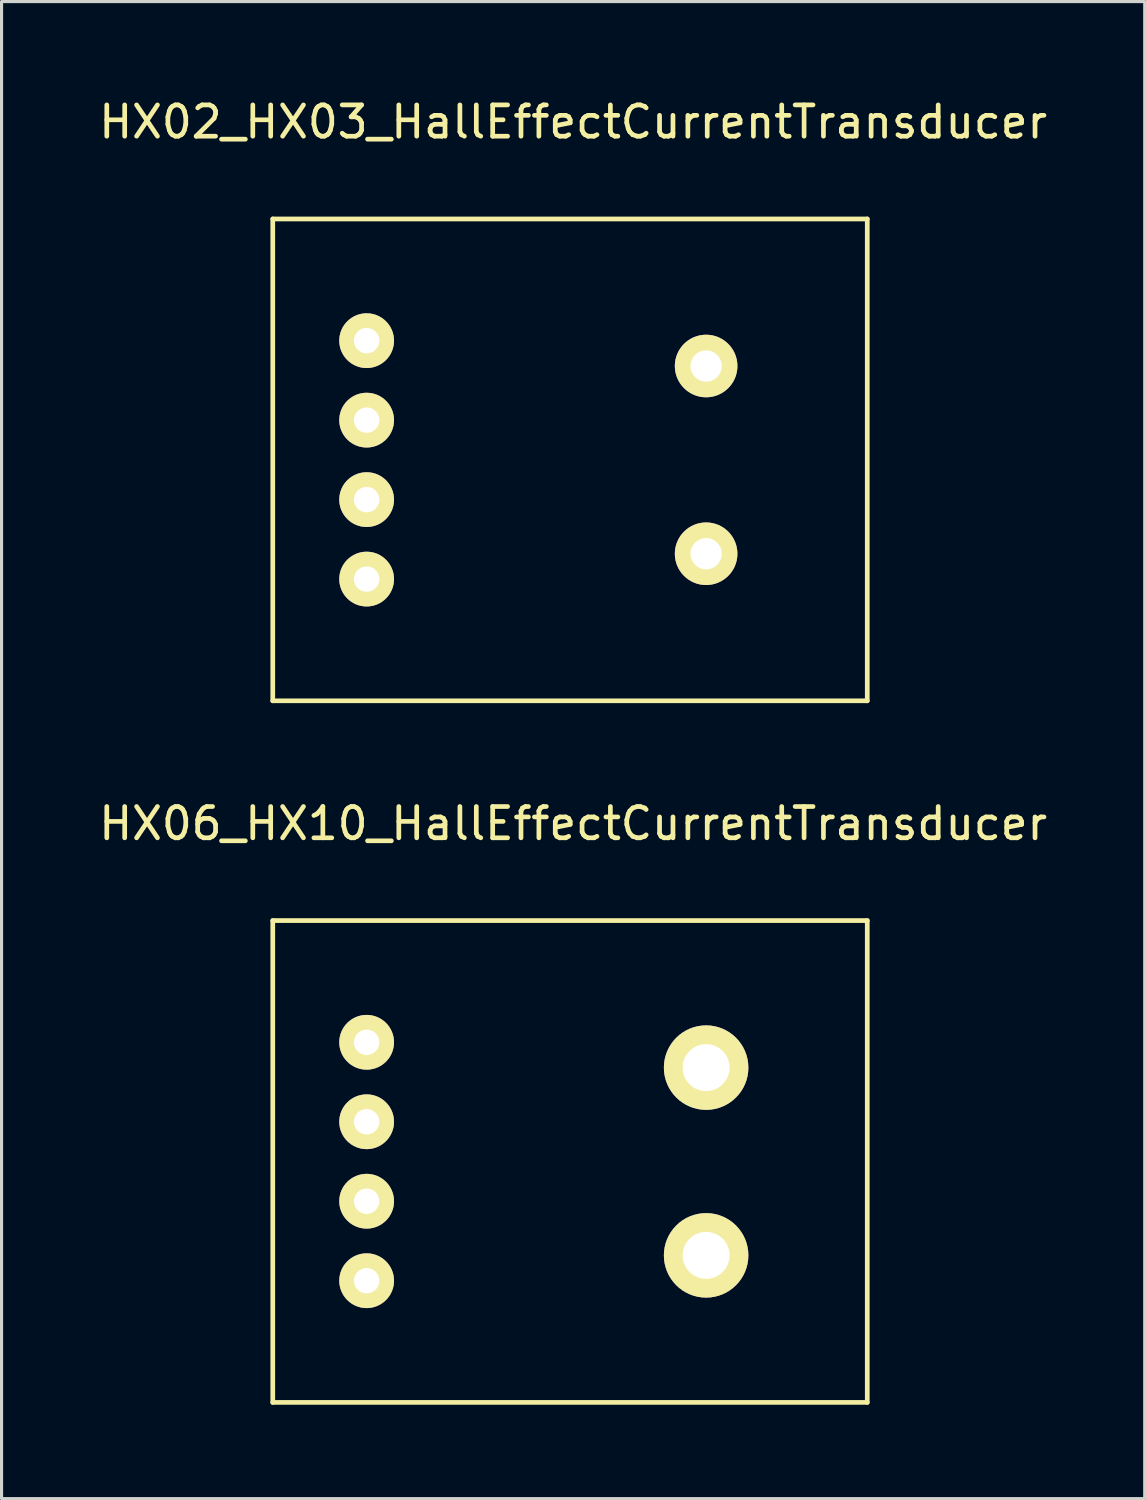
<source format=kicad_pcb>
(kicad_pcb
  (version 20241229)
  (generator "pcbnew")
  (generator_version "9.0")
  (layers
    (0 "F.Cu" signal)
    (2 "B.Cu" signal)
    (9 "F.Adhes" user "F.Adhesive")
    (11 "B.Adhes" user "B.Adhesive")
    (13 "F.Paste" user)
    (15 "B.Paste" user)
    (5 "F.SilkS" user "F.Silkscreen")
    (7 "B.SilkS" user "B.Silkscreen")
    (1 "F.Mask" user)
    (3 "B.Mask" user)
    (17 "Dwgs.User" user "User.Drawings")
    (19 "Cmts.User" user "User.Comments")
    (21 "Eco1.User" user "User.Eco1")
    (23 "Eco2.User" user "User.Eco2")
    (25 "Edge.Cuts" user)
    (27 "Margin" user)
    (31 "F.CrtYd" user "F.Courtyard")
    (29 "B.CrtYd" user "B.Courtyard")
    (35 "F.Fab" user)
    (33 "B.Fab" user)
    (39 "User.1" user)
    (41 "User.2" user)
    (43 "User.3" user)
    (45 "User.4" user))
  (footprint "HX02_HX03_HallEffectCurrentTransducer"
    (layer "F.Cu")
    (at 15.168 11.648)
    (property "Reference" "HX02_HX03_HallEffectCurrentTransducer" (at 0.1 -10.8 0) (layer "F.SilkS") (effects (font (size 1 1) (thickness 0.15))))
    (attr through_hole)
    (fp_line (start -9.5 -7.7) (end -9.5 7.7) (stroke (width 0.15) (type solid)) (layer "F.SilkS"))
    (fp_line (start -9.5 7.7) (end 9.5 7.7) (stroke (width 0.15) (type solid)) (layer "F.SilkS"))
    (fp_line (start 9.5 -7.7) (end -9.5 -7.7) (stroke (width 0.15) (type solid)) (layer "F.SilkS"))
    (fp_line (start 9.5 7.7) (end 9.5 -7.7) (stroke (width 0.15) (type solid)) (layer "F.SilkS"))
    (pad "1" thru_hole circle (at -6.5 -3.81) (size 1.75 1.75) (drill 0.813) (layers "*.Cu" "*.Mask" "F.SilkS"))
    (pad "2" thru_hole circle (at -6.5 -1.27) (size 1.75 1.75) (drill 0.813) (layers "*.Cu" "*.Mask" "F.SilkS"))
    (pad "3" thru_hole circle (at -6.5 1.27) (size 1.75 1.75) (drill 0.813) (layers "*.Cu" "*.Mask" "F.SilkS"))
    (pad "4" thru_hole circle (at -6.5 3.81) (size 1.75 1.75) (drill 0.813) (layers "*.Cu" "*.Mask" "F.SilkS"))
    (pad "5" thru_hole circle (at 4.35 -3) (size 2 2) (drill 1) (layers "*.Cu" "*.Mask" "F.SilkS"))
    (pad "6" thru_hole circle (at 4.35 3) (size 2 2) (drill 1) (layers "*.Cu" "*.Mask" "F.SilkS")))
  (footprint "HX06_HX10_HallEffectCurrentTransducer"
    (layer "F.Cu")
    (at 15.168 34.072)
    (property "Reference" "HX06_HX10_HallEffectCurrentTransducer" (at 0.1 -10.8 0) (layer "F.SilkS") (effects (font (size 1 1) (thickness 0.15))))
    (attr through_hole)
    (fp_line (start -9.5 -7.7) (end -9.5 7.7) (stroke (width 0.15) (type solid)) (layer "F.SilkS"))
    (fp_line (start -9.5 7.7) (end 9.5 7.7) (stroke (width 0.15) (type solid)) (layer "F.SilkS"))
    (fp_line (start 9.5 -7.7) (end -9.5 -7.7) (stroke (width 0.15) (type solid)) (layer "F.SilkS"))
    (fp_line (start 9.5 7.7) (end 9.5 -7.7) (stroke (width 0.15) (type solid)) (layer "F.SilkS"))
    (pad "1" thru_hole circle (at -6.5 -3.81) (size 1.75 1.75) (drill 0.813) (layers "*.Cu" "*.Mask" "F.SilkS"))
    (pad "2" thru_hole circle (at -6.5 -1.27) (size 1.75 1.75) (drill 0.813) (layers "*.Cu" "*.Mask" "F.SilkS"))
    (pad "3" thru_hole circle (at -6.5 1.27) (size 1.75 1.75) (drill 0.813) (layers "*.Cu" "*.Mask" "F.SilkS"))
    (pad "4" thru_hole circle (at -6.5 3.81) (size 1.75 1.75) (drill 0.813) (layers "*.Cu" "*.Mask" "F.SilkS"))
    (pad "5" thru_hole circle (at 4.35 -3) (size 2.7 2.7) (drill 1.5) (layers "*.Cu" "*.Mask" "F.SilkS"))
    (pad "6" thru_hole circle (at 4.35 3) (size 2.7 2.7) (drill 1.5) (layers "*.Cu" "*.Mask" "F.SilkS")))
  (gr_rect
    (start -3 -3)
    (end 33.536 44.846)
    (stroke (width 0.1) (type default))
    (fill no)
    (layer "Edge.Cuts")))
</source>
